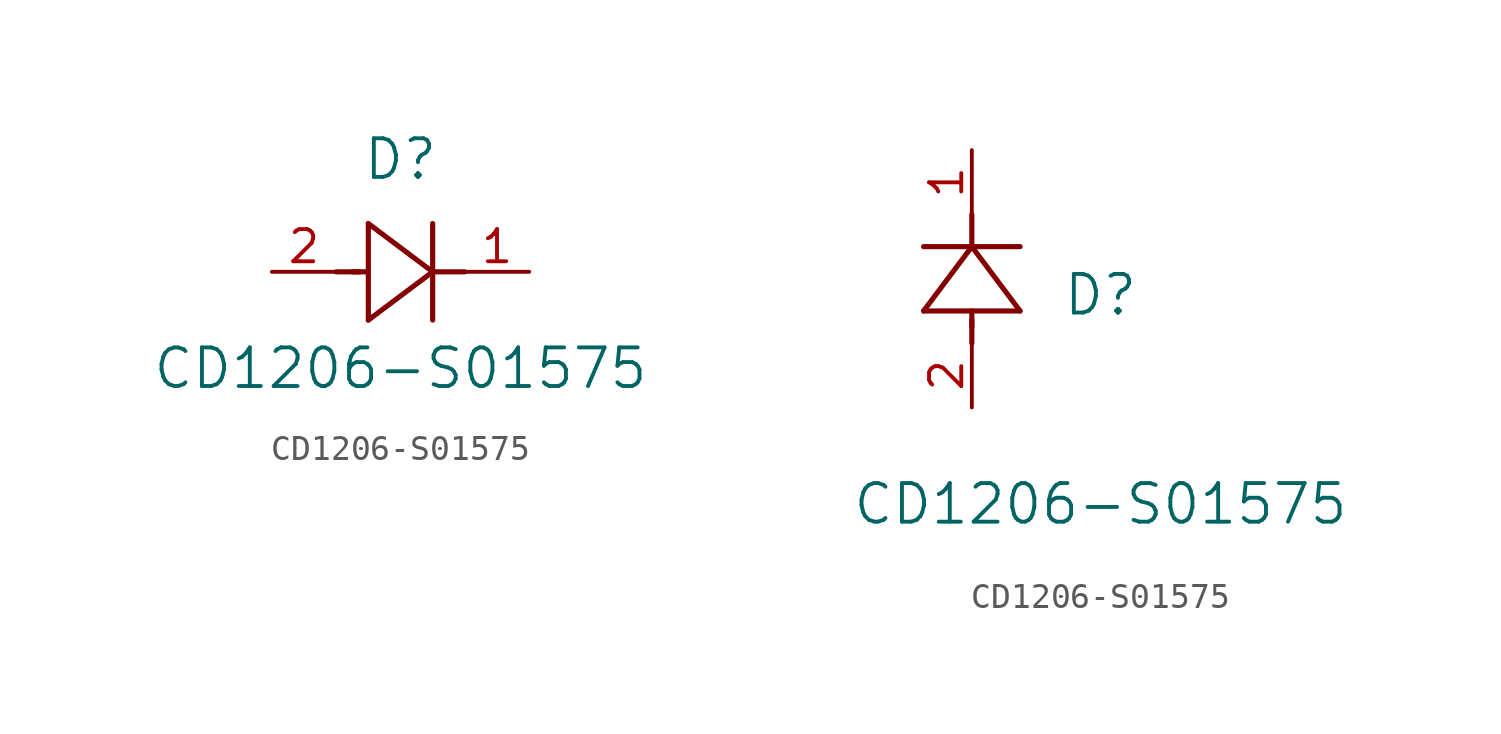
<source format=kicad_sym>
(kicad_symbol_lib
  (version 20241209)
  (generator "kicad_symbol_editor")
  (generator_version "9.0")
  (symbol "CD1206-S01575"
    (pin_names
      (offset 0.254))
    (property "Reference" "D"
      (at 5.08 4.445 0)
      (effects (font (size 1.524 1.524))))
    (property "Value" "CD1206-S01575"
      (at 5.08 -3.81 0)
      (effects (font (size 1.524 1.524))))
    (symbol "CD1206-S01575_1_1"
      (polyline (pts (xy 2.54 0) (xy 3.48 0)) (stroke (width 0.203) (type default)) (fill (type none)))
      (polyline (pts (xy 3.175 0) (xy 3.81 0)) (stroke (width 0.203) (type default)) (fill (type none)))
      (polyline (pts (xy 3.81 1.905) (xy 3.81 -1.905)) (stroke (width 0.203) (type default)) (fill (type none)))
      (polyline (pts (xy 3.81 -1.905) (xy 6.35 0)) (stroke (width 0.203) (type default)) (fill (type none)))
      (polyline (pts (xy 6.35 0) (xy 3.81 1.905)) (stroke (width 0.203) (type default)) (fill (type none)))
      (polyline (pts (xy 6.35 0) (xy 7.62 0)) (stroke (width 0.203) (type default)) (fill (type none)))
      (polyline (pts (xy 6.35 -1.905) (xy 6.35 1.905)) (stroke (width 0.203) (type default)) (fill (type none)))
      (pin input line (at 0 0 0) (length 2.54) (name "" (effects (font (size 1.27 1.27)))) (number "2" (effects (font (size 1.27 1.27)))))
      (pin output line (at 10.16 0 180) (length 2.54) (name "" (effects (font (size 1.27 1.27)))) (number "1" (effects (font (size 1.27 1.27))))))
    (symbol "CD1206-S01575_1_2"
      (polyline (pts (xy -1.905 3.81) (xy 1.905 3.81)) (stroke (width 0.203) (type default)) (fill (type none)))
      (polyline (pts (xy 0 6.35) (xy -1.905 3.81)) (stroke (width 0.203) (type default)) (fill (type none)))
      (polyline (pts (xy 0 6.35) (xy 0 7.62)) (stroke (width 0.203) (type default)) (fill (type none)))
      (polyline (pts (xy 0 3.175) (xy 0 3.81)) (stroke (width 0.203) (type default)) (fill (type none)))
      (polyline (pts (xy 0 2.54) (xy 0 3.48)) (stroke (width 0.203) (type default)) (fill (type none)))
      (polyline (pts (xy 1.905 6.35) (xy -1.905 6.35)) (stroke (width 0.203) (type default)) (fill (type none)))
      (polyline (pts (xy 1.905 3.81) (xy 0 6.35)) (stroke (width 0.203) (type default)) (fill (type none)))
      (pin unspecified line (at 0 10.16 270) (length 2.54) (name "" (effects (font (size 1.27 1.27)))) (number "1" (effects (font (size 1.27 1.27)))))
      (pin unspecified line (at 0 0 90) (length 2.54) (name "" (effects (font (size 1.27 1.27)))) (number "2" (effects (font (size 1.27 1.27))))))))
</source>
